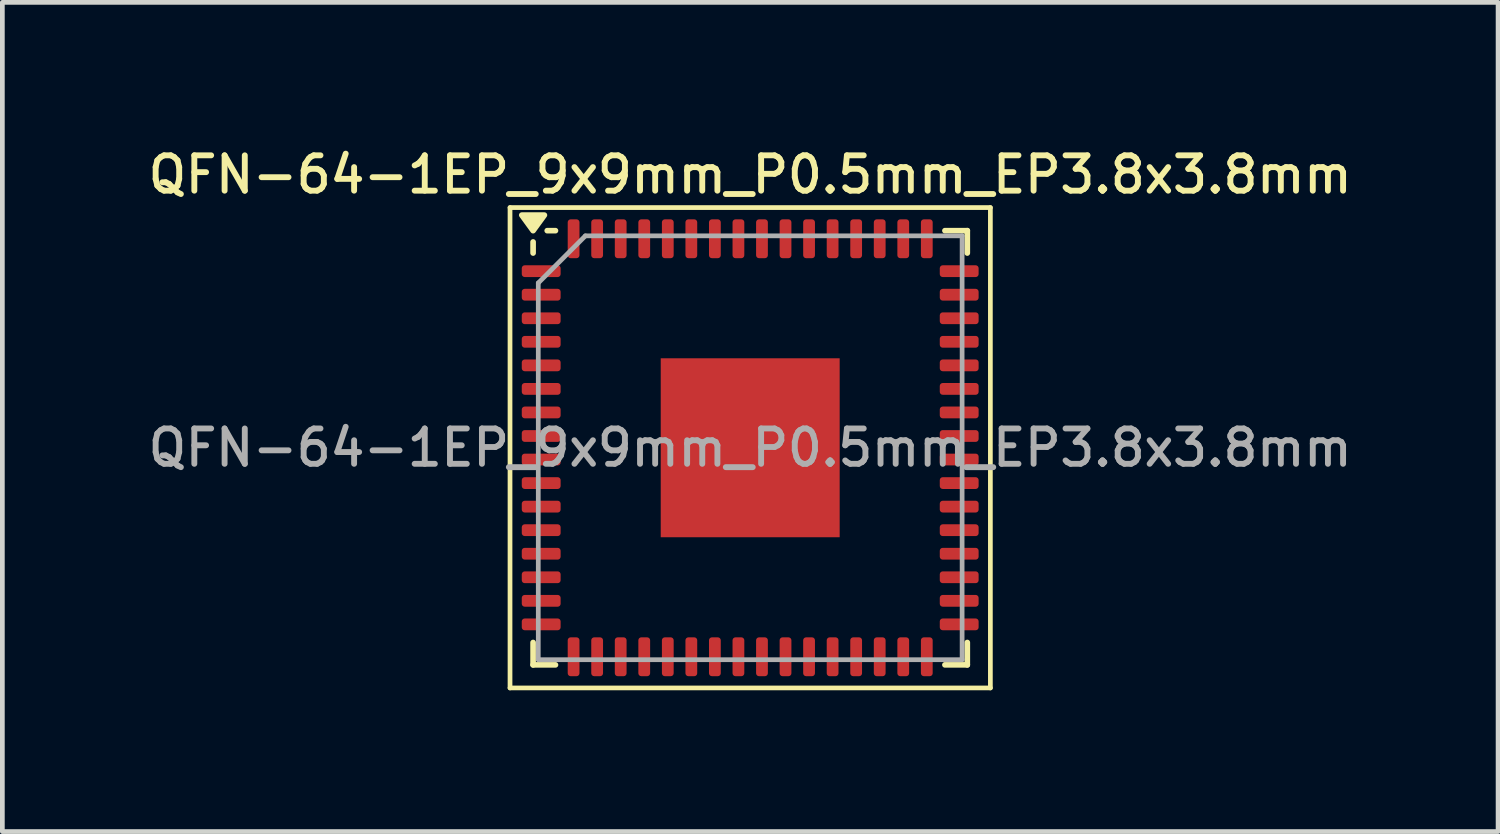
<source format=kicad_pcb>
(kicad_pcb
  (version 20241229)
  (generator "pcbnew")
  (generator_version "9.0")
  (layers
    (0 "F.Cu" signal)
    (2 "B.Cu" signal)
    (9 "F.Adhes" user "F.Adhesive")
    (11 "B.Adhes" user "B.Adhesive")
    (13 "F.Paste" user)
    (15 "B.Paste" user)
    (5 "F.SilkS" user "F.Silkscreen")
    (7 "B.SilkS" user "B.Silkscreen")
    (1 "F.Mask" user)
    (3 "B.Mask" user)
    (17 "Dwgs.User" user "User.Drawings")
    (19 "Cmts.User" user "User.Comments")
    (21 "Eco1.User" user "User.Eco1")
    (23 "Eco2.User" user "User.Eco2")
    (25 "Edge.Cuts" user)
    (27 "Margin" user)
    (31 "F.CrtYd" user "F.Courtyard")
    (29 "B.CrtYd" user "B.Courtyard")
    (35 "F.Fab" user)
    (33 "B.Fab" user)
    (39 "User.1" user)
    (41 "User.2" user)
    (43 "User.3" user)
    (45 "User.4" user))
  (footprint "QFN-64-1EP_9x9mm_P0.5mm_EP3.8x3.8mm"
    (layer "F.Cu")
    (at 12.88 6.458)
    (property "Reference" "QFN-64-1EP_9x9mm_P0.5mm_EP3.8x3.8mm" (at 0 -5.8 0) (layer "F.SilkS") (effects (font (size 0.75 0.75) (thickness 0.125))))
    (attr smd)
    (fp_line (start -5.1 -5.1) (end -5.1 5.1) (stroke (width 0.1) (type solid)) (layer "F.SilkS"))
    (fp_line (start -5.1 5.1) (end 5.1 5.1) (stroke (width 0.1) (type solid)) (layer "F.SilkS"))
    (fp_line (start -4.61 -4.135) (end -4.61 -4.37) (stroke (width 0.12) (type solid)) (layer "F.SilkS"))
    (fp_line (start -4.61 4.61) (end -4.61 4.135) (stroke (width 0.12) (type solid)) (layer "F.SilkS"))
    (fp_line (start -4.135 -4.61) (end -4.31 -4.61) (stroke (width 0.12) (type solid)) (layer "F.SilkS"))
    (fp_line (start -4.135 4.61) (end -4.61 4.61) (stroke (width 0.12) (type solid)) (layer "F.SilkS"))
    (fp_line (start 4.135 -4.61) (end 4.61 -4.61) (stroke (width 0.12) (type solid)) (layer "F.SilkS"))
    (fp_line (start 4.135 4.61) (end 4.61 4.61) (stroke (width 0.12) (type solid)) (layer "F.SilkS"))
    (fp_line (start 4.61 -4.61) (end 4.61 -4.135) (stroke (width 0.12) (type solid)) (layer "F.SilkS"))
    (fp_line (start 4.61 4.61) (end 4.61 4.135) (stroke (width 0.12) (type solid)) (layer "F.SilkS"))
    (fp_line (start 5.1 -5.1) (end -5.1 -5.1) (stroke (width 0.1) (type solid)) (layer "F.SilkS"))
    (fp_line (start 5.1 5.1) (end 5.1 -5.1) (stroke (width 0.1) (type solid)) (layer "F.SilkS"))
    (fp_poly (pts (xy -4.61 -4.61) (xy -4.85 -4.94) (xy -4.37 -4.94) (xy -4.61 -4.61)) (stroke (width 0.12) (type solid)) (fill yes) (layer "F.SilkS"))
    (fp_line (start -4.5 -3.5) (end -3.5 -4.5) (stroke (width 0.1) (type solid)) (layer "F.Fab"))
    (fp_line (start -4.5 4.5) (end -4.5 -3.5) (stroke (width 0.1) (type solid)) (layer "F.Fab"))
    (fp_line (start -3.5 -4.5) (end 4.5 -4.5) (stroke (width 0.1) (type solid)) (layer "F.Fab"))
    (fp_line (start 4.5 -4.5) (end 4.5 4.5) (stroke (width 0.1) (type solid)) (layer "F.Fab"))
    (fp_line (start 4.5 4.5) (end -4.5 4.5) (stroke (width 0.1) (type solid)) (layer "F.Fab"))
    (fp_text user "${REFERENCE}" (at 0 0 0) (layer "F.Fab") (effects (font (size 0.75 0.75) (thickness 0.125))))
    (pad "" smd roundrect (at -1.27 -1.27) (size 1.02 1.02) (layers "F.Paste") (roundrect_rratio 0.245))
    (pad "" smd roundrect (at -1.27 0) (size 1.02 1.02) (layers "F.Paste") (roundrect_rratio 0.245))
    (pad "" smd roundrect (at -1.27 1.27) (size 1.02 1.02) (layers "F.Paste") (roundrect_rratio 0.245))
    (pad "" smd roundrect (at 0 -1.27) (size 1.02 1.02) (layers "F.Paste") (roundrect_rratio 0.245))
    (pad "" smd roundrect (at 0 0) (size 1.02 1.02) (layers "F.Paste") (roundrect_rratio 0.245))
    (pad "" smd roundrect (at 0 1.27) (size 1.02 1.02) (layers "F.Paste") (roundrect_rratio 0.245))
    (pad "" smd roundrect (at 1.27 -1.27) (size 1.02 1.02) (layers "F.Paste") (roundrect_rratio 0.245))
    (pad "" smd roundrect (at 1.27 0) (size 1.02 1.02) (layers "F.Paste") (roundrect_rratio 0.245))
    (pad "" smd roundrect (at 1.27 1.27) (size 1.02 1.02) (layers "F.Paste") (roundrect_rratio 0.245))
    (pad "1" smd roundrect (at -4.438 -3.75) (size 0.825 0.25) (layers "F.Cu" "F.Mask" "F.Paste") (roundrect_rratio 0.25))
    (pad "2" smd roundrect (at -4.438 -3.25) (size 0.825 0.25) (layers "F.Cu" "F.Mask" "F.Paste") (roundrect_rratio 0.25))
    (pad "3" smd roundrect (at -4.438 -2.75) (size 0.825 0.25) (layers "F.Cu" "F.Mask" "F.Paste") (roundrect_rratio 0.25))
    (pad "4" smd roundrect (at -4.438 -2.25) (size 0.825 0.25) (layers "F.Cu" "F.Mask" "F.Paste") (roundrect_rratio 0.25))
    (pad "5" smd roundrect (at -4.438 -1.75) (size 0.825 0.25) (layers "F.Cu" "F.Mask" "F.Paste") (roundrect_rratio 0.25))
    (pad "6" smd roundrect (at -4.438 -1.25) (size 0.825 0.25) (layers "F.Cu" "F.Mask" "F.Paste") (roundrect_rratio 0.25))
    (pad "7" smd roundrect (at -4.438 -0.75) (size 0.825 0.25) (layers "F.Cu" "F.Mask" "F.Paste") (roundrect_rratio 0.25))
    (pad "8" smd roundrect (at -4.438 -0.25) (size 0.825 0.25) (layers "F.Cu" "F.Mask" "F.Paste") (roundrect_rratio 0.25))
    (pad "9" smd roundrect (at -4.438 0.25) (size 0.825 0.25) (layers "F.Cu" "F.Mask" "F.Paste") (roundrect_rratio 0.25))
    (pad "10" smd roundrect (at -4.438 0.75) (size 0.825 0.25) (layers "F.Cu" "F.Mask" "F.Paste") (roundrect_rratio 0.25))
    (pad "11" smd roundrect (at -4.438 1.25) (size 0.825 0.25) (layers "F.Cu" "F.Mask" "F.Paste") (roundrect_rratio 0.25))
    (pad "12" smd roundrect (at -4.438 1.75) (size 0.825 0.25) (layers "F.Cu" "F.Mask" "F.Paste") (roundrect_rratio 0.25))
    (pad "13" smd roundrect (at -4.438 2.25) (size 0.825 0.25) (layers "F.Cu" "F.Mask" "F.Paste") (roundrect_rratio 0.25))
    (pad "14" smd roundrect (at -4.438 2.75) (size 0.825 0.25) (layers "F.Cu" "F.Mask" "F.Paste") (roundrect_rratio 0.25))
    (pad "15" smd roundrect (at -4.438 3.25) (size 0.825 0.25) (layers "F.Cu" "F.Mask" "F.Paste") (roundrect_rratio 0.25))
    (pad "16" smd roundrect (at -4.438 3.75) (size 0.825 0.25) (layers "F.Cu" "F.Mask" "F.Paste") (roundrect_rratio 0.25))
    (pad "17" smd roundrect (at -3.75 4.438) (size 0.25 0.825) (layers "F.Cu" "F.Mask" "F.Paste") (roundrect_rratio 0.25))
    (pad "18" smd roundrect (at -3.25 4.438) (size 0.25 0.825) (layers "F.Cu" "F.Mask" "F.Paste") (roundrect_rratio 0.25))
    (pad "19" smd roundrect (at -2.75 4.438) (size 0.25 0.825) (layers "F.Cu" "F.Mask" "F.Paste") (roundrect_rratio 0.25))
    (pad "20" smd roundrect (at -2.25 4.438) (size 0.25 0.825) (layers "F.Cu" "F.Mask" "F.Paste") (roundrect_rratio 0.25))
    (pad "21" smd roundrect (at -1.75 4.438) (size 0.25 0.825) (layers "F.Cu" "F.Mask" "F.Paste") (roundrect_rratio 0.25))
    (pad "22" smd roundrect (at -1.25 4.438) (size 0.25 0.825) (layers "F.Cu" "F.Mask" "F.Paste") (roundrect_rratio 0.25))
    (pad "23" smd roundrect (at -0.75 4.438) (size 0.25 0.825) (layers "F.Cu" "F.Mask" "F.Paste") (roundrect_rratio 0.25))
    (pad "24" smd roundrect (at -0.25 4.438) (size 0.25 0.825) (layers "F.Cu" "F.Mask" "F.Paste") (roundrect_rratio 0.25))
    (pad "25" smd roundrect (at 0.25 4.438) (size 0.25 0.825) (layers "F.Cu" "F.Mask" "F.Paste") (roundrect_rratio 0.25))
    (pad "26" smd roundrect (at 0.75 4.438) (size 0.25 0.825) (layers "F.Cu" "F.Mask" "F.Paste") (roundrect_rratio 0.25))
    (pad "27" smd roundrect (at 1.25 4.438) (size 0.25 0.825) (layers "F.Cu" "F.Mask" "F.Paste") (roundrect_rratio 0.25))
    (pad "28" smd roundrect (at 1.75 4.438) (size 0.25 0.825) (layers "F.Cu" "F.Mask" "F.Paste") (roundrect_rratio 0.25))
    (pad "29" smd roundrect (at 2.25 4.438) (size 0.25 0.825) (layers "F.Cu" "F.Mask" "F.Paste") (roundrect_rratio 0.25))
    (pad "30" smd roundrect (at 2.75 4.438) (size 0.25 0.825) (layers "F.Cu" "F.Mask" "F.Paste") (roundrect_rratio 0.25))
    (pad "31" smd roundrect (at 3.25 4.438) (size 0.25 0.825) (layers "F.Cu" "F.Mask" "F.Paste") (roundrect_rratio 0.25))
    (pad "32" smd roundrect (at 3.75 4.438) (size 0.25 0.825) (layers "F.Cu" "F.Mask" "F.Paste") (roundrect_rratio 0.25))
    (pad "33" smd roundrect (at 4.438 3.75) (size 0.825 0.25) (layers "F.Cu" "F.Mask" "F.Paste") (roundrect_rratio 0.25))
    (pad "34" smd roundrect (at 4.438 3.25) (size 0.825 0.25) (layers "F.Cu" "F.Mask" "F.Paste") (roundrect_rratio 0.25))
    (pad "35" smd roundrect (at 4.438 2.75) (size 0.825 0.25) (layers "F.Cu" "F.Mask" "F.Paste") (roundrect_rratio 0.25))
    (pad "36" smd roundrect (at 4.438 2.25) (size 0.825 0.25) (layers "F.Cu" "F.Mask" "F.Paste") (roundrect_rratio 0.25))
    (pad "37" smd roundrect (at 4.438 1.75) (size 0.825 0.25) (layers "F.Cu" "F.Mask" "F.Paste") (roundrect_rratio 0.25))
    (pad "38" smd roundrect (at 4.438 1.25) (size 0.825 0.25) (layers "F.Cu" "F.Mask" "F.Paste") (roundrect_rratio 0.25))
    (pad "39" smd roundrect (at 4.438 0.75) (size 0.825 0.25) (layers "F.Cu" "F.Mask" "F.Paste") (roundrect_rratio 0.25))
    (pad "40" smd roundrect (at 4.438 0.25) (size 0.825 0.25) (layers "F.Cu" "F.Mask" "F.Paste") (roundrect_rratio 0.25))
    (pad "41" smd roundrect (at 4.438 -0.25) (size 0.825 0.25) (layers "F.Cu" "F.Mask" "F.Paste") (roundrect_rratio 0.25))
    (pad "42" smd roundrect (at 4.438 -0.75) (size 0.825 0.25) (layers "F.Cu" "F.Mask" "F.Paste") (roundrect_rratio 0.25))
    (pad "43" smd roundrect (at 4.438 -1.25) (size 0.825 0.25) (layers "F.Cu" "F.Mask" "F.Paste") (roundrect_rratio 0.25))
    (pad "44" smd roundrect (at 4.438 -1.75) (size 0.825 0.25) (layers "F.Cu" "F.Mask" "F.Paste") (roundrect_rratio 0.25))
    (pad "45" smd roundrect (at 4.438 -2.25) (size 0.825 0.25) (layers "F.Cu" "F.Mask" "F.Paste") (roundrect_rratio 0.25))
    (pad "46" smd roundrect (at 4.438 -2.75) (size 0.825 0.25) (layers "F.Cu" "F.Mask" "F.Paste") (roundrect_rratio 0.25))
    (pad "47" smd roundrect (at 4.438 -3.25) (size 0.825 0.25) (layers "F.Cu" "F.Mask" "F.Paste") (roundrect_rratio 0.25))
    (pad "48" smd roundrect (at 4.438 -3.75) (size 0.825 0.25) (layers "F.Cu" "F.Mask" "F.Paste") (roundrect_rratio 0.25))
    (pad "49" smd roundrect (at 3.75 -4.438) (size 0.25 0.825) (layers "F.Cu" "F.Mask" "F.Paste") (roundrect_rratio 0.25))
    (pad "50" smd roundrect (at 3.25 -4.438) (size 0.25 0.825) (layers "F.Cu" "F.Mask" "F.Paste") (roundrect_rratio 0.25))
    (pad "51" smd roundrect (at 2.75 -4.438) (size 0.25 0.825) (layers "F.Cu" "F.Mask" "F.Paste") (roundrect_rratio 0.25))
    (pad "52" smd roundrect (at 2.25 -4.438) (size 0.25 0.825) (layers "F.Cu" "F.Mask" "F.Paste") (roundrect_rratio 0.25))
    (pad "53" smd roundrect (at 1.75 -4.438) (size 0.25 0.825) (layers "F.Cu" "F.Mask" "F.Paste") (roundrect_rratio 0.25))
    (pad "54" smd roundrect (at 1.25 -4.438) (size 0.25 0.825) (layers "F.Cu" "F.Mask" "F.Paste") (roundrect_rratio 0.25))
    (pad "55" smd roundrect (at 0.75 -4.438) (size 0.25 0.825) (layers "F.Cu" "F.Mask" "F.Paste") (roundrect_rratio 0.25))
    (pad "56" smd roundrect (at 0.25 -4.438) (size 0.25 0.825) (layers "F.Cu" "F.Mask" "F.Paste") (roundrect_rratio 0.25))
    (pad "57" smd roundrect (at -0.25 -4.438) (size 0.25 0.825) (layers "F.Cu" "F.Mask" "F.Paste") (roundrect_rratio 0.25))
    (pad "58" smd roundrect (at -0.75 -4.438) (size 0.25 0.825) (layers "F.Cu" "F.Mask" "F.Paste") (roundrect_rratio 0.25))
    (pad "59" smd roundrect (at -1.25 -4.438) (size 0.25 0.825) (layers "F.Cu" "F.Mask" "F.Paste") (roundrect_rratio 0.25))
    (pad "60" smd roundrect (at -1.75 -4.438) (size 0.25 0.825) (layers "F.Cu" "F.Mask" "F.Paste") (roundrect_rratio 0.25))
    (pad "61" smd roundrect (at -2.25 -4.438) (size 0.25 0.825) (layers "F.Cu" "F.Mask" "F.Paste") (roundrect_rratio 0.25))
    (pad "62" smd roundrect (at -2.75 -4.438) (size 0.25 0.825) (layers "F.Cu" "F.Mask" "F.Paste") (roundrect_rratio 0.25))
    (pad "63" smd roundrect (at -3.25 -4.438) (size 0.25 0.825) (layers "F.Cu" "F.Mask" "F.Paste") (roundrect_rratio 0.25))
    (pad "64" smd roundrect (at -3.75 -4.438) (size 0.25 0.825) (layers "F.Cu" "F.Mask" "F.Paste") (roundrect_rratio 0.25))
    (pad "65" smd rect (at 0 0) (size 3.8 3.8) (property pad_prop_heatsink) (layers "F.Cu" "F.Mask")))
  (gr_rect
    (start -3 -3)
    (end 28.761 14.608)
    (stroke (width 0.1) (type default))
    (fill no)
    (layer "Edge.Cuts")))
</source>
